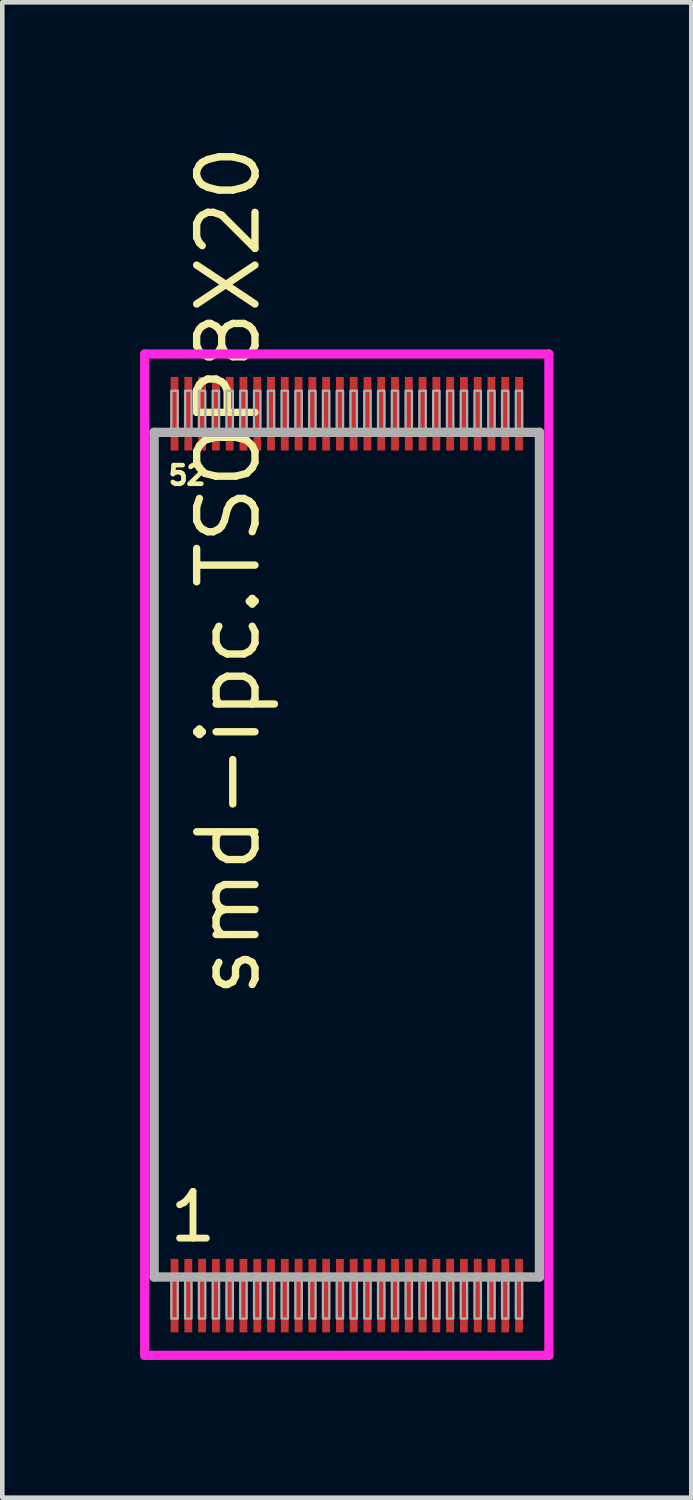
<source format=kicad_pcb>
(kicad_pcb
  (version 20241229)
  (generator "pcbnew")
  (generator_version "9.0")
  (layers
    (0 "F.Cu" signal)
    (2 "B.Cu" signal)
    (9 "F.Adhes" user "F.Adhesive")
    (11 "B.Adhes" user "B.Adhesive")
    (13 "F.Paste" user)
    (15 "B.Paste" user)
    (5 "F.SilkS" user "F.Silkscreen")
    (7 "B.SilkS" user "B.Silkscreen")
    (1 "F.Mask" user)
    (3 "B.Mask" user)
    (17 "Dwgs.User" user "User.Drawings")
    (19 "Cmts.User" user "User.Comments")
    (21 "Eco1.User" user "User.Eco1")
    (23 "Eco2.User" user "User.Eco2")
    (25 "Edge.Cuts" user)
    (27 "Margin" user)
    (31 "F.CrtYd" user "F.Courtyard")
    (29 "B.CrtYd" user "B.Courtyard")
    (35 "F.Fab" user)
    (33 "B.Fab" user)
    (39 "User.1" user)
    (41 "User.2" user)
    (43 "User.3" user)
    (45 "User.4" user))
  (footprint "smd-ipc.TSOP8X20"
    (layer "F.Cu")
    (at 4.5 15.557)
    (property "Reference" "smd-ipc.TSOP8X20" (at -1.835 3.175 90) (layer "F.SilkS") (effects (font (size 1.27 1.27) (thickness 0.16)) (justify left bottom)))
    (attr smd)
    (fp_line (start -4.4 -10.9) (end 4.4 -10.9) (stroke (width 0.2) (type default)) (layer "F.CrtYd"))
    (fp_line (start -4.4 10.9) (end -4.4 -10.9) (stroke (width 0.2) (type default)) (layer "F.CrtYd"))
    (fp_line (start 4.4 -10.9) (end 4.4 10.9) (stroke (width 0.2) (type default)) (layer "F.CrtYd"))
    (fp_line (start 4.4 10.9) (end -4.4 10.9) (stroke (width 0.2) (type default)) (layer "F.CrtYd"))
    (fp_line (start -4.195 -9.195) (end 4.195 -9.195) (stroke (width 0.203) (type default)) (layer "F.Fab"))
    (fp_line (start -4.195 9.195) (end -4.195 -9.195) (stroke (width 0.203) (type default)) (layer "F.Fab"))
    (fp_line (start 4.195 -9.195) (end 4.195 9.195) (stroke (width 0.203) (type default)) (layer "F.Fab"))
    (fp_line (start 4.195 9.195) (end -4.195 9.195) (stroke (width 0.203) (type default)) (layer "F.Fab"))
    (fp_rect (start -3.82 -9.25) (end -3.68 -10.1) (stroke (width 0.05) (type default)) (fill no) (layer "F.Fab"))
    (fp_rect (start -3.82 10.1) (end -3.68 9.25) (stroke (width 0.05) (type default)) (fill no) (layer "F.Fab"))
    (fp_rect (start -3.52 -9.25) (end -3.38 -10.1) (stroke (width 0.05) (type default)) (fill no) (layer "F.Fab"))
    (fp_rect (start -3.52 10.1) (end -3.38 9.25) (stroke (width 0.05) (type default)) (fill no) (layer "F.Fab"))
    (fp_rect (start -3.22 -9.25) (end -3.08 -10.1) (stroke (width 0.05) (type default)) (fill no) (layer "F.Fab"))
    (fp_rect (start -3.22 10.1) (end -3.08 9.25) (stroke (width 0.05) (type default)) (fill no) (layer "F.Fab"))
    (fp_rect (start -2.92 -9.25) (end -2.78 -10.1) (stroke (width 0.05) (type default)) (fill no) (layer "F.Fab"))
    (fp_rect (start -2.92 10.1) (end -2.78 9.25) (stroke (width 0.05) (type default)) (fill no) (layer "F.Fab"))
    (fp_rect (start -2.62 -9.25) (end -2.48 -10.1) (stroke (width 0.05) (type default)) (fill no) (layer "F.Fab"))
    (fp_rect (start -2.62 10.1) (end -2.48 9.25) (stroke (width 0.05) (type default)) (fill no) (layer "F.Fab"))
    (fp_rect (start -2.32 -9.25) (end -2.18 -10.1) (stroke (width 0.05) (type default)) (fill no) (layer "F.Fab"))
    (fp_rect (start -2.32 10.1) (end -2.18 9.25) (stroke (width 0.05) (type default)) (fill no) (layer "F.Fab"))
    (fp_rect (start -2.02 -9.25) (end -1.88 -10.1) (stroke (width 0.05) (type default)) (fill no) (layer "F.Fab"))
    (fp_rect (start -2.02 10.1) (end -1.88 9.25) (stroke (width 0.05) (type default)) (fill no) (layer "F.Fab"))
    (fp_rect (start -1.72 -9.25) (end -1.58 -10.1) (stroke (width 0.05) (type default)) (fill no) (layer "F.Fab"))
    (fp_rect (start -1.72 10.1) (end -1.58 9.25) (stroke (width 0.05) (type default)) (fill no) (layer "F.Fab"))
    (fp_rect (start -1.42 -9.25) (end -1.28 -10.1) (stroke (width 0.05) (type default)) (fill no) (layer "F.Fab"))
    (fp_rect (start -1.42 10.1) (end -1.28 9.25) (stroke (width 0.05) (type default)) (fill no) (layer "F.Fab"))
    (fp_rect (start -1.12 -9.25) (end -0.98 -10.1) (stroke (width 0.05) (type default)) (fill no) (layer "F.Fab"))
    (fp_rect (start -1.12 10.1) (end -0.98 9.25) (stroke (width 0.05) (type default)) (fill no) (layer "F.Fab"))
    (fp_rect (start -0.82 -9.25) (end -0.68 -10.1) (stroke (width 0.05) (type default)) (fill no) (layer "F.Fab"))
    (fp_rect (start -0.82 10.1) (end -0.68 9.25) (stroke (width 0.05) (type default)) (fill no) (layer "F.Fab"))
    (fp_rect (start -0.52 -9.25) (end -0.38 -10.1) (stroke (width 0.05) (type default)) (fill no) (layer "F.Fab"))
    (fp_rect (start -0.52 10.1) (end -0.38 9.25) (stroke (width 0.05) (type default)) (fill no) (layer "F.Fab"))
    (fp_rect (start -0.22 -9.25) (end -0.08 -10.1) (stroke (width 0.05) (type default)) (fill no) (layer "F.Fab"))
    (fp_rect (start -0.22 10.1) (end -0.08 9.25) (stroke (width 0.05) (type default)) (fill no) (layer "F.Fab"))
    (fp_rect (start 0.08 -9.25) (end 0.22 -10.1) (stroke (width 0.05) (type default)) (fill no) (layer "F.Fab"))
    (fp_rect (start 0.08 10.1) (end 0.22 9.25) (stroke (width 0.05) (type default)) (fill no) (layer "F.Fab"))
    (fp_rect (start 0.38 -9.25) (end 0.52 -10.1) (stroke (width 0.05) (type default)) (fill no) (layer "F.Fab"))
    (fp_rect (start 0.38 10.1) (end 0.52 9.25) (stroke (width 0.05) (type default)) (fill no) (layer "F.Fab"))
    (fp_rect (start 0.68 -9.25) (end 0.82 -10.1) (stroke (width 0.05) (type default)) (fill no) (layer "F.Fab"))
    (fp_rect (start 0.68 10.1) (end 0.82 9.25) (stroke (width 0.05) (type default)) (fill no) (layer "F.Fab"))
    (fp_rect (start 0.98 -9.25) (end 1.12 -10.1) (stroke (width 0.05) (type default)) (fill no) (layer "F.Fab"))
    (fp_rect (start 0.98 10.1) (end 1.12 9.25) (stroke (width 0.05) (type default)) (fill no) (layer "F.Fab"))
    (fp_rect (start 1.28 -9.25) (end 1.42 -10.1) (stroke (width 0.05) (type default)) (fill no) (layer "F.Fab"))
    (fp_rect (start 1.28 10.1) (end 1.42 9.25) (stroke (width 0.05) (type default)) (fill no) (layer "F.Fab"))
    (fp_rect (start 1.58 -9.25) (end 1.72 -10.1) (stroke (width 0.05) (type default)) (fill no) (layer "F.Fab"))
    (fp_rect (start 1.58 10.1) (end 1.72 9.25) (stroke (width 0.05) (type default)) (fill no) (layer "F.Fab"))
    (fp_rect (start 1.88 -9.25) (end 2.02 -10.1) (stroke (width 0.05) (type default)) (fill no) (layer "F.Fab"))
    (fp_rect (start 1.88 10.1) (end 2.02 9.25) (stroke (width 0.05) (type default)) (fill no) (layer "F.Fab"))
    (fp_rect (start 2.18 -9.25) (end 2.32 -10.1) (stroke (width 0.05) (type default)) (fill no) (layer "F.Fab"))
    (fp_rect (start 2.18 10.1) (end 2.32 9.25) (stroke (width 0.05) (type default)) (fill no) (layer "F.Fab"))
    (fp_rect (start 2.48 -9.25) (end 2.62 -10.1) (stroke (width 0.05) (type default)) (fill no) (layer "F.Fab"))
    (fp_rect (start 2.48 10.1) (end 2.62 9.25) (stroke (width 0.05) (type default)) (fill no) (layer "F.Fab"))
    (fp_rect (start 2.78 -9.25) (end 2.92 -10.1) (stroke (width 0.05) (type default)) (fill no) (layer "F.Fab"))
    (fp_rect (start 2.78 10.1) (end 2.92 9.25) (stroke (width 0.05) (type default)) (fill no) (layer "F.Fab"))
    (fp_rect (start 3.08 -9.25) (end 3.22 -10.1) (stroke (width 0.05) (type default)) (fill no) (layer "F.Fab"))
    (fp_rect (start 3.08 10.1) (end 3.22 9.25) (stroke (width 0.05) (type default)) (fill no) (layer "F.Fab"))
    (fp_rect (start 3.38 -9.25) (end 3.52 -10.1) (stroke (width 0.05) (type default)) (fill no) (layer "F.Fab"))
    (fp_rect (start 3.38 10.1) (end 3.52 9.25) (stroke (width 0.05) (type default)) (fill no) (layer "F.Fab"))
    (fp_rect (start 3.68 -9.25) (end 3.82 -10.1) (stroke (width 0.05) (type default)) (fill no) (layer "F.Fab"))
    (fp_rect (start 3.68 10.1) (end 3.82 9.25) (stroke (width 0.05) (type default)) (fill no) (layer "F.Fab"))
    (fp_text user "52" (at -3.931 -8.02 0) (layer "F.SilkS") (effects (font (size 0.406 0.406) (thickness 0.15)) (justify left bottom)))
    (fp_text user "1" (at -3.931 8.48 0) (layer "F.SilkS") (effects (font (size 1.016 1.016) (thickness 0.15)) (justify left bottom)))
    (pad "1" smd roundrect (at -3.75 9.6) (size 0.17 1.6) (layers "F.Cu" "F.Mask" "F.Paste") (roundrect_rratio 0.01))
    (pad "2" smd roundrect (at -3.45 9.6) (size 0.17 1.6) (layers "F.Cu" "F.Mask" "F.Paste") (roundrect_rratio 0.01))
    (pad "3" smd roundrect (at -3.15 9.6) (size 0.17 1.6) (layers "F.Cu" "F.Mask" "F.Paste") (roundrect_rratio 0.01))
    (pad "4" smd roundrect (at -2.85 9.6) (size 0.17 1.6) (layers "F.Cu" "F.Mask" "F.Paste") (roundrect_rratio 0.01))
    (pad "5" smd roundrect (at -2.55 9.6) (size 0.17 1.6) (layers "F.Cu" "F.Mask" "F.Paste") (roundrect_rratio 0.01))
    (pad "6" smd roundrect (at -2.25 9.6) (size 0.17 1.6) (layers "F.Cu" "F.Mask" "F.Paste") (roundrect_rratio 0.01))
    (pad "7" smd roundrect (at -1.95 9.6) (size 0.17 1.6) (layers "F.Cu" "F.Mask" "F.Paste") (roundrect_rratio 0.01))
    (pad "8" smd roundrect (at -1.65 9.6) (size 0.17 1.6) (layers "F.Cu" "F.Mask" "F.Paste") (roundrect_rratio 0.01))
    (pad "9" smd roundrect (at -1.35 9.6) (size 0.17 1.6) (layers "F.Cu" "F.Mask" "F.Paste") (roundrect_rratio 0.01))
    (pad "10" smd roundrect (at -1.05 9.6) (size 0.17 1.6) (layers "F.Cu" "F.Mask" "F.Paste") (roundrect_rratio 0.01))
    (pad "11" smd roundrect (at -0.75 9.6) (size 0.17 1.6) (layers "F.Cu" "F.Mask" "F.Paste") (roundrect_rratio 0.01))
    (pad "12" smd roundrect (at -0.45 9.6) (size 0.17 1.6) (layers "F.Cu" "F.Mask" "F.Paste") (roundrect_rratio 0.01))
    (pad "13" smd roundrect (at -0.15 9.6) (size 0.17 1.6) (layers "F.Cu" "F.Mask" "F.Paste") (roundrect_rratio 0.01))
    (pad "14" smd roundrect (at 0.15 9.6) (size 0.17 1.6) (layers "F.Cu" "F.Mask" "F.Paste") (roundrect_rratio 0.01))
    (pad "15" smd roundrect (at 0.45 9.6) (size 0.17 1.6) (layers "F.Cu" "F.Mask" "F.Paste") (roundrect_rratio 0.01))
    (pad "16" smd roundrect (at 0.75 9.6) (size 0.17 1.6) (layers "F.Cu" "F.Mask" "F.Paste") (roundrect_rratio 0.01))
    (pad "17" smd roundrect (at 1.05 9.6) (size 0.17 1.6) (layers "F.Cu" "F.Mask" "F.Paste") (roundrect_rratio 0.01))
    (pad "18" smd roundrect (at 1.35 9.6) (size 0.17 1.6) (layers "F.Cu" "F.Mask" "F.Paste") (roundrect_rratio 0.01))
    (pad "19" smd roundrect (at 1.65 9.6) (size 0.17 1.6) (layers "F.Cu" "F.Mask" "F.Paste") (roundrect_rratio 0.01))
    (pad "20" smd roundrect (at 1.95 9.6) (size 0.17 1.6) (layers "F.Cu" "F.Mask" "F.Paste") (roundrect_rratio 0.01))
    (pad "21" smd roundrect (at 2.25 9.6) (size 0.17 1.6) (layers "F.Cu" "F.Mask" "F.Paste") (roundrect_rratio 0.01))
    (pad "22" smd roundrect (at 2.55 9.6) (size 0.17 1.6) (layers "F.Cu" "F.Mask" "F.Paste") (roundrect_rratio 0.01))
    (pad "23" smd roundrect (at 2.85 9.6) (size 0.17 1.6) (layers "F.Cu" "F.Mask" "F.Paste") (roundrect_rratio 0.01))
    (pad "24" smd roundrect (at 3.15 9.6) (size 0.17 1.6) (layers "F.Cu" "F.Mask" "F.Paste") (roundrect_rratio 0.01))
    (pad "25" smd roundrect (at 3.45 9.6) (size 0.17 1.6) (layers "F.Cu" "F.Mask" "F.Paste") (roundrect_rratio 0.01))
    (pad "26" smd roundrect (at 3.75 9.6) (size 0.17 1.6) (layers "F.Cu" "F.Mask" "F.Paste") (roundrect_rratio 0.01))
    (pad "27" smd roundrect (at 3.75 -9.6) (size 0.17 1.6) (layers "F.Cu" "F.Mask" "F.Paste") (roundrect_rratio 0.01))
    (pad "28" smd roundrect (at 3.45 -9.6) (size 0.17 1.6) (layers "F.Cu" "F.Mask" "F.Paste") (roundrect_rratio 0.01))
    (pad "29" smd roundrect (at 3.15 -9.6) (size 0.17 1.6) (layers "F.Cu" "F.Mask" "F.Paste") (roundrect_rratio 0.01))
    (pad "30" smd roundrect (at 2.85 -9.6) (size 0.17 1.6) (layers "F.Cu" "F.Mask" "F.Paste") (roundrect_rratio 0.01))
    (pad "31" smd roundrect (at 2.55 -9.6) (size 0.17 1.6) (layers "F.Cu" "F.Mask" "F.Paste") (roundrect_rratio 0.01))
    (pad "32" smd roundrect (at 2.25 -9.6) (size 0.17 1.6) (layers "F.Cu" "F.Mask" "F.Paste") (roundrect_rratio 0.01))
    (pad "33" smd roundrect (at 1.95 -9.6) (size 0.17 1.6) (layers "F.Cu" "F.Mask" "F.Paste") (roundrect_rratio 0.01))
    (pad "34" smd roundrect (at 1.65 -9.6) (size 0.17 1.6) (layers "F.Cu" "F.Mask" "F.Paste") (roundrect_rratio 0.01))
    (pad "35" smd roundrect (at 1.35 -9.6) (size 0.17 1.6) (layers "F.Cu" "F.Mask" "F.Paste") (roundrect_rratio 0.01))
    (pad "36" smd roundrect (at 1.05 -9.6) (size 0.17 1.6) (layers "F.Cu" "F.Mask" "F.Paste") (roundrect_rratio 0.01))
    (pad "37" smd roundrect (at 0.75 -9.6) (size 0.17 1.6) (layers "F.Cu" "F.Mask" "F.Paste") (roundrect_rratio 0.01))
    (pad "38" smd roundrect (at 0.45 -9.6) (size 0.17 1.6) (layers "F.Cu" "F.Mask" "F.Paste") (roundrect_rratio 0.01))
    (pad "39" smd roundrect (at 0.15 -9.6) (size 0.17 1.6) (layers "F.Cu" "F.Mask" "F.Paste") (roundrect_rratio 0.01))
    (pad "40" smd roundrect (at -0.15 -9.6) (size 0.17 1.6) (layers "F.Cu" "F.Mask" "F.Paste") (roundrect_rratio 0.01))
    (pad "41" smd roundrect (at -0.45 -9.6) (size 0.17 1.6) (layers "F.Cu" "F.Mask" "F.Paste") (roundrect_rratio 0.01))
    (pad "42" smd roundrect (at -0.75 -9.6) (size 0.17 1.6) (layers "F.Cu" "F.Mask" "F.Paste") (roundrect_rratio 0.01))
    (pad "43" smd roundrect (at -1.05 -9.6) (size 0.17 1.6) (layers "F.Cu" "F.Mask" "F.Paste") (roundrect_rratio 0.01))
    (pad "44" smd roundrect (at -1.35 -9.6) (size 0.17 1.6) (layers "F.Cu" "F.Mask" "F.Paste") (roundrect_rratio 0.01))
    (pad "45" smd roundrect (at -1.65 -9.6) (size 0.17 1.6) (layers "F.Cu" "F.Mask" "F.Paste") (roundrect_rratio 0.01))
    (pad "46" smd roundrect (at -1.95 -9.6) (size 0.17 1.6) (layers "F.Cu" "F.Mask" "F.Paste") (roundrect_rratio 0.01))
    (pad "47" smd roundrect (at -2.25 -9.6) (size 0.17 1.6) (layers "F.Cu" "F.Mask" "F.Paste") (roundrect_rratio 0.01))
    (pad "48" smd roundrect (at -2.55 -9.6) (size 0.17 1.6) (layers "F.Cu" "F.Mask" "F.Paste") (roundrect_rratio 0.01))
    (pad "49" smd roundrect (at -2.85 -9.6) (size 0.17 1.6) (layers "F.Cu" "F.Mask" "F.Paste") (roundrect_rratio 0.01))
    (pad "50" smd roundrect (at -3.15 -9.6) (size 0.17 1.6) (layers "F.Cu" "F.Mask" "F.Paste") (roundrect_rratio 0.01))
    (pad "51" smd roundrect (at -3.45 -9.6) (size 0.17 1.6) (layers "F.Cu" "F.Mask" "F.Paste") (roundrect_rratio 0.01))
    (pad "52" smd roundrect (at -3.75 -9.6) (size 0.17 1.6) (layers "F.Cu" "F.Mask" "F.Paste") (roundrect_rratio 0.01)))
  (gr_rect
    (start -3 -3)
    (end 12 29.557)
    (stroke (width 0.1) (type default))
    (fill no)
    (layer "Edge.Cuts")))
</source>
